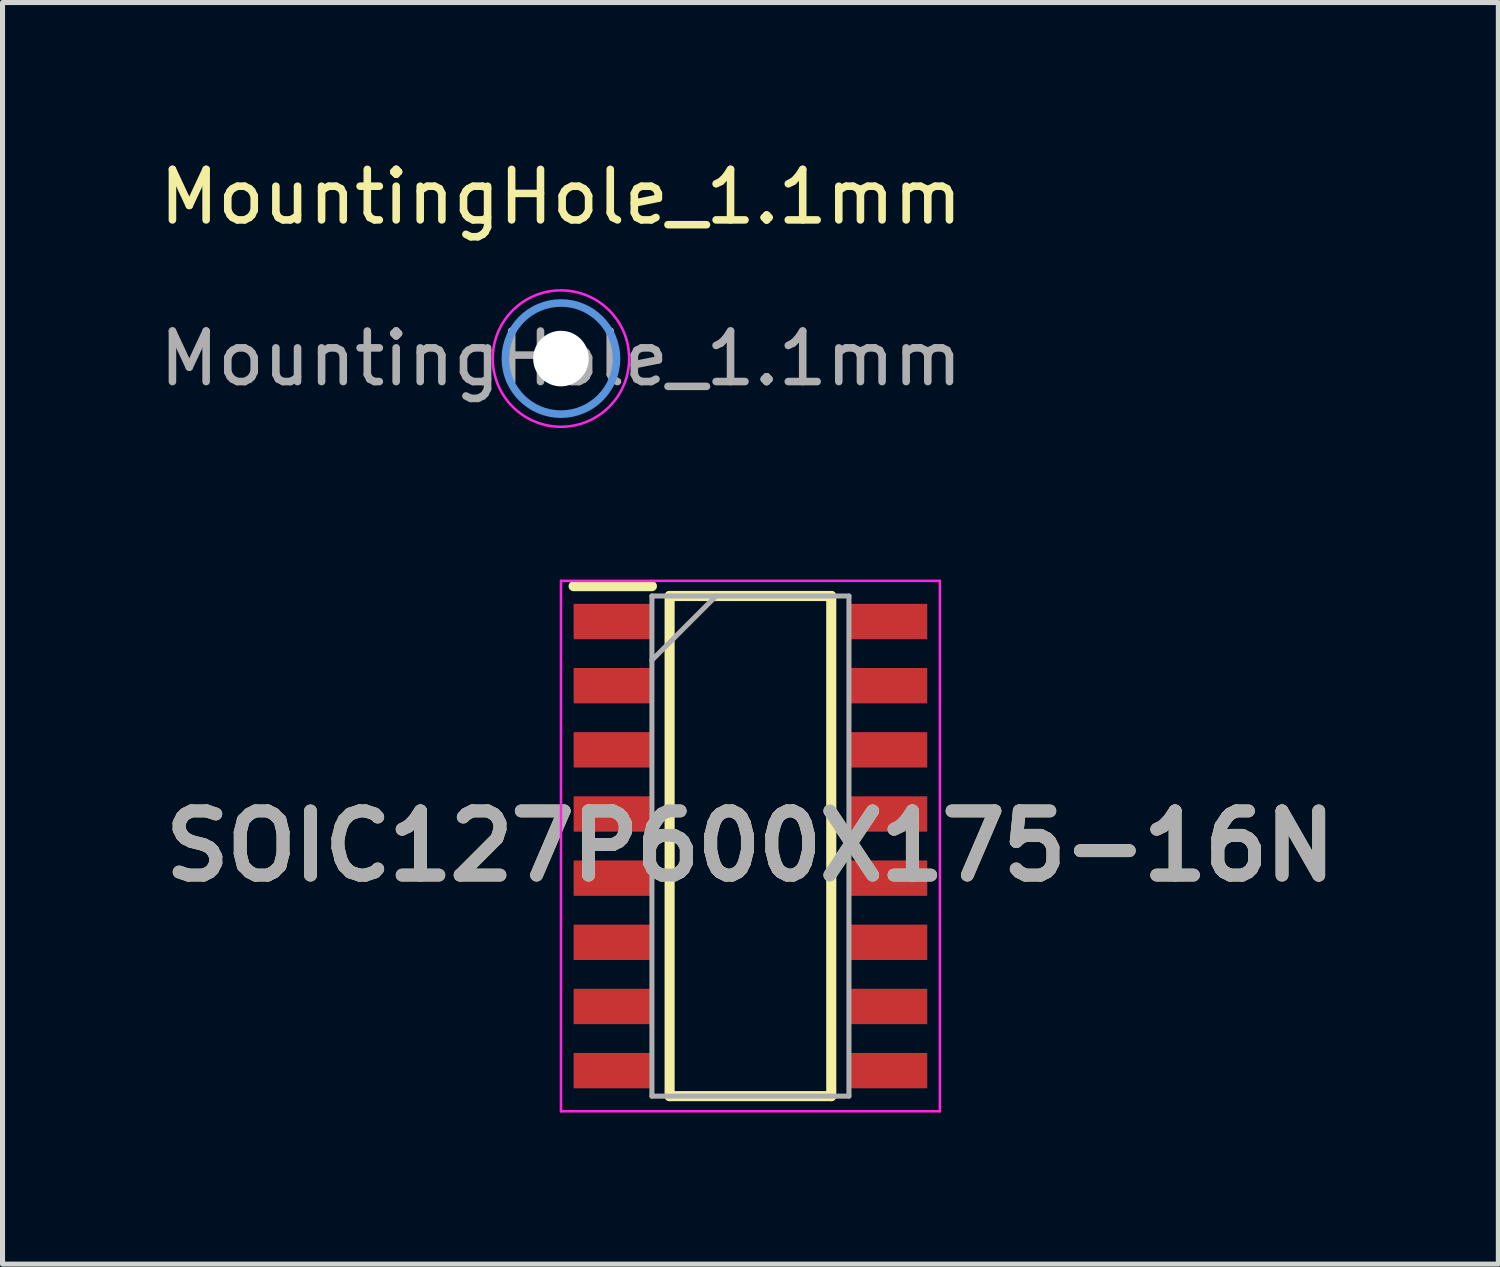
<source format=kicad_pcb>
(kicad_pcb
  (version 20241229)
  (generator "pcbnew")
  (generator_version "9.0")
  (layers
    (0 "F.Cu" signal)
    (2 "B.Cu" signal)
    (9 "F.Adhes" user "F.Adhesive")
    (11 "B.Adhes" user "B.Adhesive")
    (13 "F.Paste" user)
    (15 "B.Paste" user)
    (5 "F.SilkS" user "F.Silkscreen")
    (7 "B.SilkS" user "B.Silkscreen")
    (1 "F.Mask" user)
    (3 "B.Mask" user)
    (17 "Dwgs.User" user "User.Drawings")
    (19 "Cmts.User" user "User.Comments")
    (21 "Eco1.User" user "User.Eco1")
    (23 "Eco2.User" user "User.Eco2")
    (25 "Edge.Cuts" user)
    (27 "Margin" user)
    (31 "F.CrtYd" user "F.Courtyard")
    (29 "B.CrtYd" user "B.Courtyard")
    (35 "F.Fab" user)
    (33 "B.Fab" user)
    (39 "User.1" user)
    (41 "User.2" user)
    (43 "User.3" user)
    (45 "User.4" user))
  (footprint "SOIC127P600X175-16N"
    (layer "F.Cu")
    (at 11.805 13.698)
    (property "Reference" "SOIC127P600X175-16N" (at 0 0 0) (layer "F.SilkS") (effects (font (size 1.27 1.27) (thickness 0.254))))
    (attr smd)
    (fp_line (start -3.5 -5.145) (end -1.95 -5.145) (stroke (width 0.2) (type solid)) (layer "F.SilkS"))
    (fp_line (start -1.6 -4.95) (end 1.6 -4.95) (stroke (width 0.2) (type solid)) (layer "F.SilkS"))
    (fp_line (start -1.6 4.95) (end -1.6 -4.95) (stroke (width 0.2) (type solid)) (layer "F.SilkS"))
    (fp_line (start 1.6 -4.95) (end 1.6 4.95) (stroke (width 0.2) (type solid)) (layer "F.SilkS"))
    (fp_line (start 1.6 4.95) (end -1.6 4.95) (stroke (width 0.2) (type solid)) (layer "F.SilkS"))
    (fp_line (start -3.75 -5.25) (end 3.75 -5.25) (stroke (width 0.05) (type solid)) (layer "F.CrtYd"))
    (fp_line (start -3.75 5.25) (end -3.75 -5.25) (stroke (width 0.05) (type solid)) (layer "F.CrtYd"))
    (fp_line (start 3.75 -5.25) (end 3.75 5.25) (stroke (width 0.05) (type solid)) (layer "F.CrtYd"))
    (fp_line (start 3.75 5.25) (end -3.75 5.25) (stroke (width 0.05) (type solid)) (layer "F.CrtYd"))
    (fp_line (start -1.95 -4.95) (end 1.95 -4.95) (stroke (width 0.1) (type solid)) (layer "F.Fab"))
    (fp_line (start -1.95 -3.68) (end -0.68 -4.95) (stroke (width 0.1) (type solid)) (layer "F.Fab"))
    (fp_line (start -1.95 4.95) (end -1.95 -4.95) (stroke (width 0.1) (type solid)) (layer "F.Fab"))
    (fp_line (start 1.95 -4.95) (end 1.95 4.95) (stroke (width 0.1) (type solid)) (layer "F.Fab"))
    (fp_line (start 1.95 4.95) (end -1.95 4.95) (stroke (width 0.1) (type solid)) (layer "F.Fab"))
    (fp_text user "${REFERENCE}" (at 0 0 0) (layer "F.Fab") (effects (font (size 1.27 1.27) (thickness 0.254))))
    (pad "1" smd rect (at -2.725 -4.445 90) (size 0.7 1.55) (layers "F.Cu" "F.Mask" "F.Paste"))
    (pad "2" smd rect (at -2.725 -3.175 90) (size 0.7 1.55) (layers "F.Cu" "F.Mask" "F.Paste"))
    (pad "3" smd rect (at -2.725 -1.905 90) (size 0.7 1.55) (layers "F.Cu" "F.Mask" "F.Paste"))
    (pad "4" smd rect (at -2.725 -0.635 90) (size 0.7 1.55) (layers "F.Cu" "F.Mask" "F.Paste"))
    (pad "5" smd rect (at -2.725 0.635 90) (size 0.7 1.55) (layers "F.Cu" "F.Mask" "F.Paste"))
    (pad "6" smd rect (at -2.725 1.905 90) (size 0.7 1.55) (layers "F.Cu" "F.Mask" "F.Paste"))
    (pad "7" smd rect (at -2.725 3.175 90) (size 0.7 1.55) (layers "F.Cu" "F.Mask" "F.Paste"))
    (pad "8" smd rect (at -2.725 4.445 90) (size 0.7 1.55) (layers "F.Cu" "F.Mask" "F.Paste"))
    (pad "9" smd rect (at 2.725 4.445 90) (size 0.7 1.55) (layers "F.Cu" "F.Mask" "F.Paste"))
    (pad "10" smd rect (at 2.725 3.175 90) (size 0.7 1.55) (layers "F.Cu" "F.Mask" "F.Paste"))
    (pad "11" smd rect (at 2.725 1.905 90) (size 0.7 1.55) (layers "F.Cu" "F.Mask" "F.Paste"))
    (pad "12" smd rect (at 2.725 0.635 90) (size 0.7 1.55) (layers "F.Cu" "F.Mask" "F.Paste"))
    (pad "13" smd rect (at 2.725 -0.635 90) (size 0.7 1.55) (layers "F.Cu" "F.Mask" "F.Paste"))
    (pad "14" smd rect (at 2.725 -1.905 90) (size 0.7 1.55) (layers "F.Cu" "F.Mask" "F.Paste"))
    (pad "15" smd rect (at 2.725 -3.175 90) (size 0.7 1.55) (layers "F.Cu" "F.Mask" "F.Paste"))
    (pad "16" smd rect (at 2.725 -4.445 90) (size 0.7 1.55) (layers "F.Cu" "F.Mask" "F.Paste")))
  (footprint "MountingHole_1.1mm"
    (layer "F.Cu")
    (at 8.054 4.048)
    (property "Reference" "MountingHole_1.1mm" (at 0 -3.2 0) (layer "F.SilkS") (effects (font (size 1 1) (thickness 0.15))))
    (attr exclude_from_pos_files exclude_from_bom)
    (fp_circle (center 0 0) (end 1.1 0) (stroke (width 0.15) (type solid)) (fill no) (layer "Cmts.User"))
    (fp_circle (center 0 0) (end 1.35 0) (stroke (width 0.05) (type solid)) (fill no) (layer "F.CrtYd"))
    (fp_text user "${REFERENCE}" (at 0 0 0) (layer "F.Fab") (effects (font (size 1 1) (thickness 0.15))))
    (pad "" np_thru_hole circle (at 0 0) (size 1.1 1.1) (drill 1.1) (layers "*.Cu" "*.Mask")))
  (gr_rect
    (start -3 -3)
    (end 26.61 21.973)
    (stroke (width 0.1) (type default))
    (fill no)
    (layer "Edge.Cuts")))
</source>
